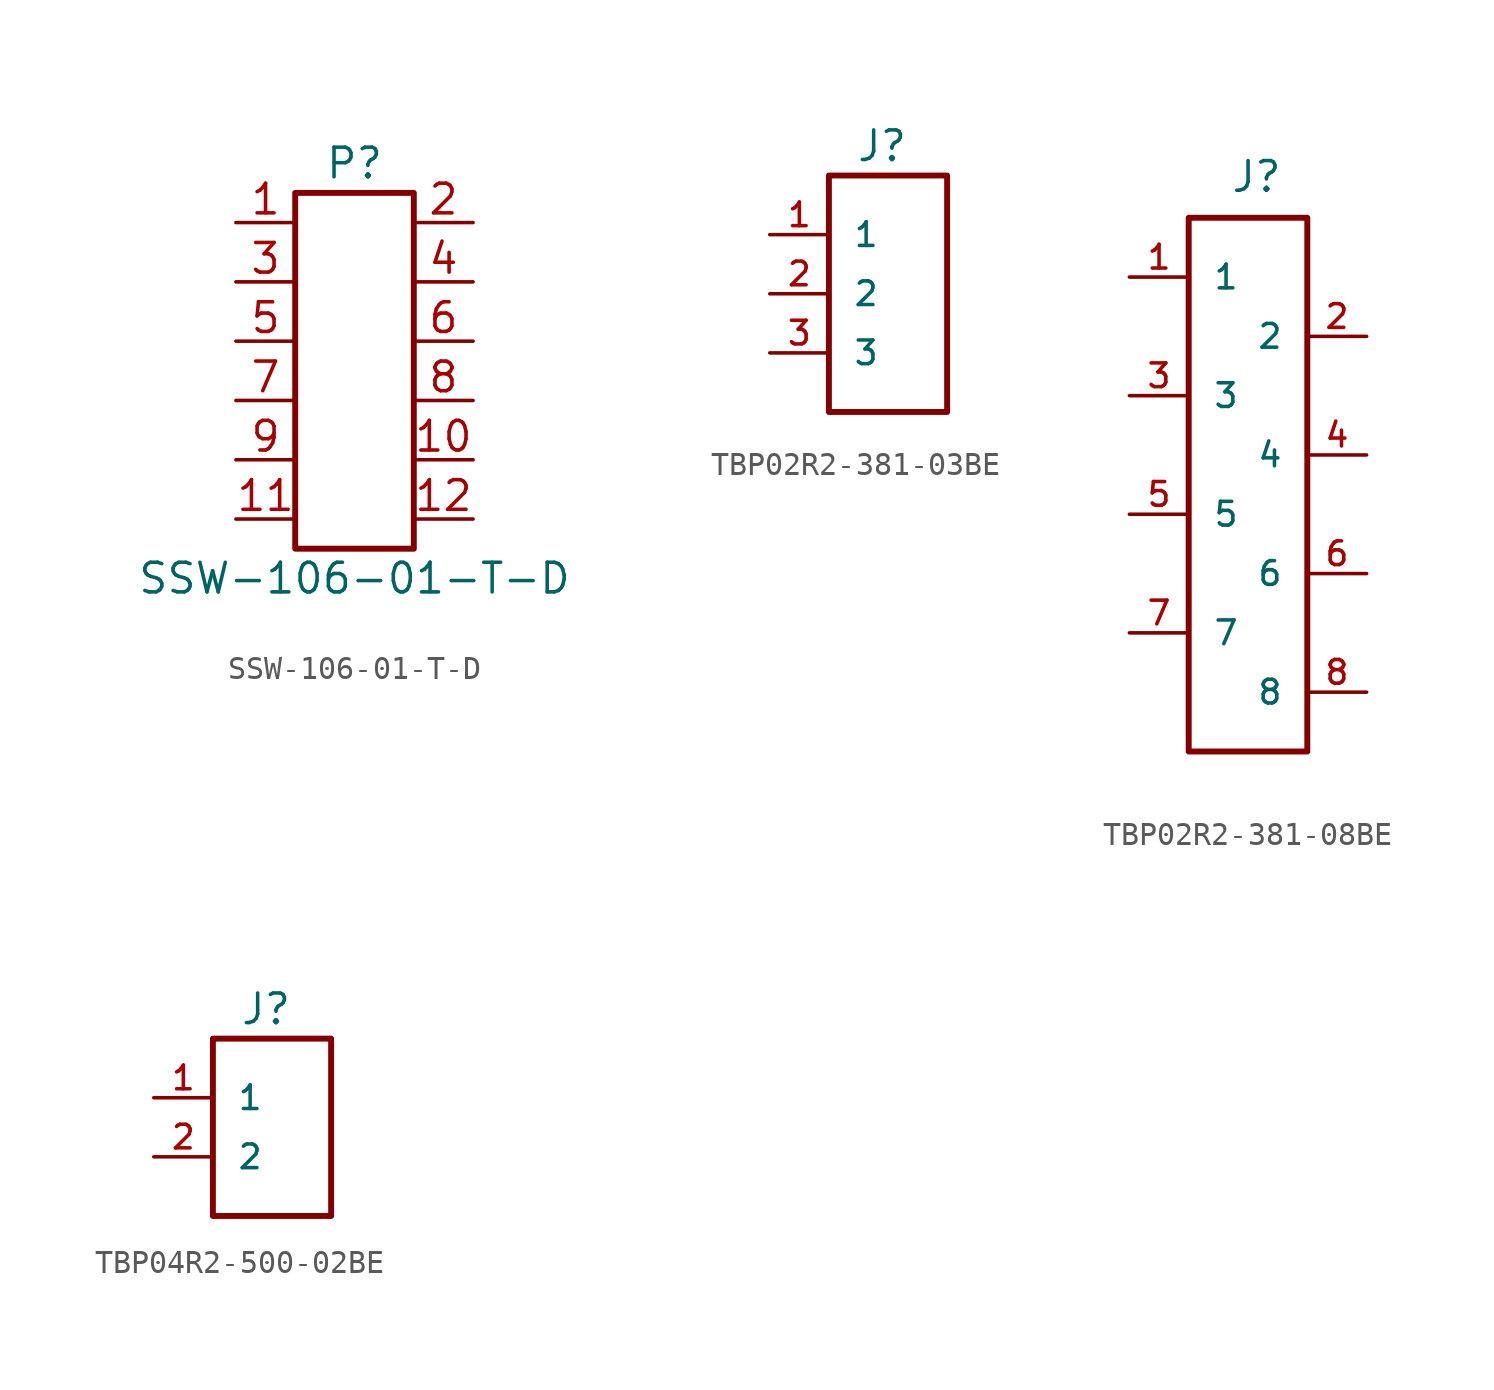
<source format=kicad_sym>
(kicad_symbol_lib
  (version 20231120)
  (generator "kicad_symbol_editor")
  (generator_version "8.0")
  (symbol "SSW-106-01-T-D"
    (pin_names
      (offset 1.016) hide)
    (property "Reference" "P"
      (at 0 8.89 0)
      (effects (font (size 1.27 1.27))))
    (property "Value" "SSW-106-01-T-D"
      (at 0 -8.89 0)
      (effects (font (size 1.27 1.27))))
    (symbol "SSW-106-01-T-D_1_1"
      (rectangle (start -2.54 7.62) (end 2.54 -7.62) (stroke (width 0.254) (type default)) (fill (type none)))
      (pin passive line (at -5.08 6.35 0) (length 2.54) (name "Pin_1" (effects (font (size 1.27 1.27)))) (number "1" (effects (font (size 1.27 1.27)))))
      (pin passive line (at 5.08 -3.81 180) (length 2.54) (name "Pin_10" (effects (font (size 1.27 1.27)))) (number "10" (effects (font (size 1.27 1.27)))))
      (pin passive line (at -5.08 -6.35 0) (length 2.54) (name "Pin_11" (effects (font (size 1.27 1.27)))) (number "11" (effects (font (size 1.27 1.27)))))
      (pin passive line (at 5.08 -6.35 180) (length 2.54) (name "Pin_12" (effects (font (size 1.27 1.27)))) (number "12" (effects (font (size 1.27 1.27)))))
      (pin passive line (at 5.08 6.35 180) (length 2.54) (name "Pin_2" (effects (font (size 1.27 1.27)))) (number "2" (effects (font (size 1.27 1.27)))))
      (pin passive line (at -5.08 3.81 0) (length 2.54) (name "Pin_3" (effects (font (size 1.27 1.27)))) (number "3" (effects (font (size 1.27 1.27)))))
      (pin passive line (at 5.08 3.81 180) (length 2.54) (name "Pin_4" (effects (font (size 1.27 1.27)))) (number "4" (effects (font (size 1.27 1.27)))))
      (pin passive line (at -5.08 1.27 0) (length 2.54) (name "Pin_5" (effects (font (size 1.27 1.27)))) (number "5" (effects (font (size 1.27 1.27)))))
      (pin passive line (at 5.08 1.27 180) (length 2.54) (name "Pin_6" (effects (font (size 1.27 1.27)))) (number "6" (effects (font (size 1.27 1.27)))))
      (pin passive line (at -5.08 -1.27 0) (length 2.54) (name "Pin_7" (effects (font (size 1.27 1.27)))) (number "7" (effects (font (size 1.27 1.27)))))
      (pin passive line (at 5.08 -1.27 180) (length 2.54) (name "Pin_8" (effects (font (size 1.27 1.27)))) (number "8" (effects (font (size 1.27 1.27)))))
      (pin passive line (at -5.08 -3.81 0) (length 2.54) (name "Pin_9" (effects (font (size 1.27 1.27)))) (number "9" (effects (font (size 1.27 1.27)))))))
  (symbol "TBP02R2-381-03BE"
    (pin_names
      (offset 1.016))
    (property "Reference" "J"
      (at -0.254 6.35 0)
      (effects (font (size 1.27 1.27))))
    (symbol "TBP02R2-381-03BE_0_0"
      (pin passive line (at -5.08 2.54 0) (length 2.54) (name "1" (effects (font (size 1.016 1.016)))) (number "1" (effects (font (size 1.016 1.016)))))
      (pin passive line (at -5.08 0 0) (length 2.54) (name "2" (effects (font (size 1.016 1.016)))) (number "2" (effects (font (size 1.016 1.016)))))
      (pin passive line (at -5.08 -2.54 0) (length 2.54) (name "3" (effects (font (size 1.016 1.016)))) (number "3" (effects (font (size 1.016 1.016))))))
    (symbol "TBP02R2-381-03BE_1_0"
      (rectangle (start -2.54 5.08) (end 2.54 -5.08) (stroke (width 0.254) (type solid)) (fill (type none)))))
  (symbol "TBP02R2-381-08BE"
    (pin_names
      (offset 1.016))
    (property "Reference" "J"
      (at -0.762 12.446 0)
      (effects (font (size 1.27 1.27)) (justify left bottom)))
    (symbol "TBP02R2-381-08BE_0_0"
      (pin passive line (at -5.08 8.89 0) (length 2.54) (name "1" (effects (font (size 1.016 1.016)))) (number "1" (effects (font (size 1.016 1.016)))))
      (pin passive line (at 5.08 6.35 180) (length 2.54) (name "2" (effects (font (size 1.016 1.016)))) (number "2" (effects (font (size 1.016 1.016)))))
      (pin passive line (at -5.08 3.81 0) (length 2.54) (name "3" (effects (font (size 1.016 1.016)))) (number "3" (effects (font (size 1.016 1.016)))))
      (pin passive line (at 5.08 1.27 180) (length 2.54) (name "4" (effects (font (size 1.016 1.016)))) (number "4" (effects (font (size 1.016 1.016)))))
      (pin passive line (at -5.08 -1.27 0) (length 2.54) (name "5" (effects (font (size 1.016 1.016)))) (number "5" (effects (font (size 1.016 1.016)))))
      (pin passive line (at 5.08 -3.81 180) (length 2.54) (name "6" (effects (font (size 1.016 1.016)))) (number "6" (effects (font (size 1.016 1.016)))))
      (pin passive line (at -5.08 -6.35 0) (length 2.54) (name "7" (effects (font (size 1.016 1.016)))) (number "7" (effects (font (size 1.016 1.016)))))
      (pin passive line (at 5.08 -8.89 180) (length 2.54) (name "8" (effects (font (size 1.016 1.016)))) (number "8" (effects (font (size 1.016 1.016))))))
    (symbol "TBP02R2-381-08BE_1_0"
      (rectangle (start -2.54 11.43) (end 2.54 -11.43) (stroke (width 0.254) (type solid)) (fill (type none)))))
  (symbol "TBP04R2-500-02BE"
    (pin_names
      (offset 1.016))
    (property "Reference" "J"
      (at -0.254 5.08 0)
      (effects (font (size 1.27 1.27))))
    (symbol "TBP04R2-500-02BE_0_0"
      (pin passive line (at -5.08 1.27 0) (length 2.54) (name "1" (effects (font (size 1.016 1.016)))) (number "1" (effects (font (size 1.016 1.016)))))
      (pin passive line (at -5.08 -1.27 0) (length 2.54) (name "2" (effects (font (size 1.016 1.016)))) (number "2" (effects (font (size 1.016 1.016))))))
    (symbol "TBP04R2-500-02BE_1_0"
      (rectangle (start -2.54 3.81) (end 2.54 -3.81) (stroke (width 0.254) (type solid)) (fill (type none))))))
</source>
